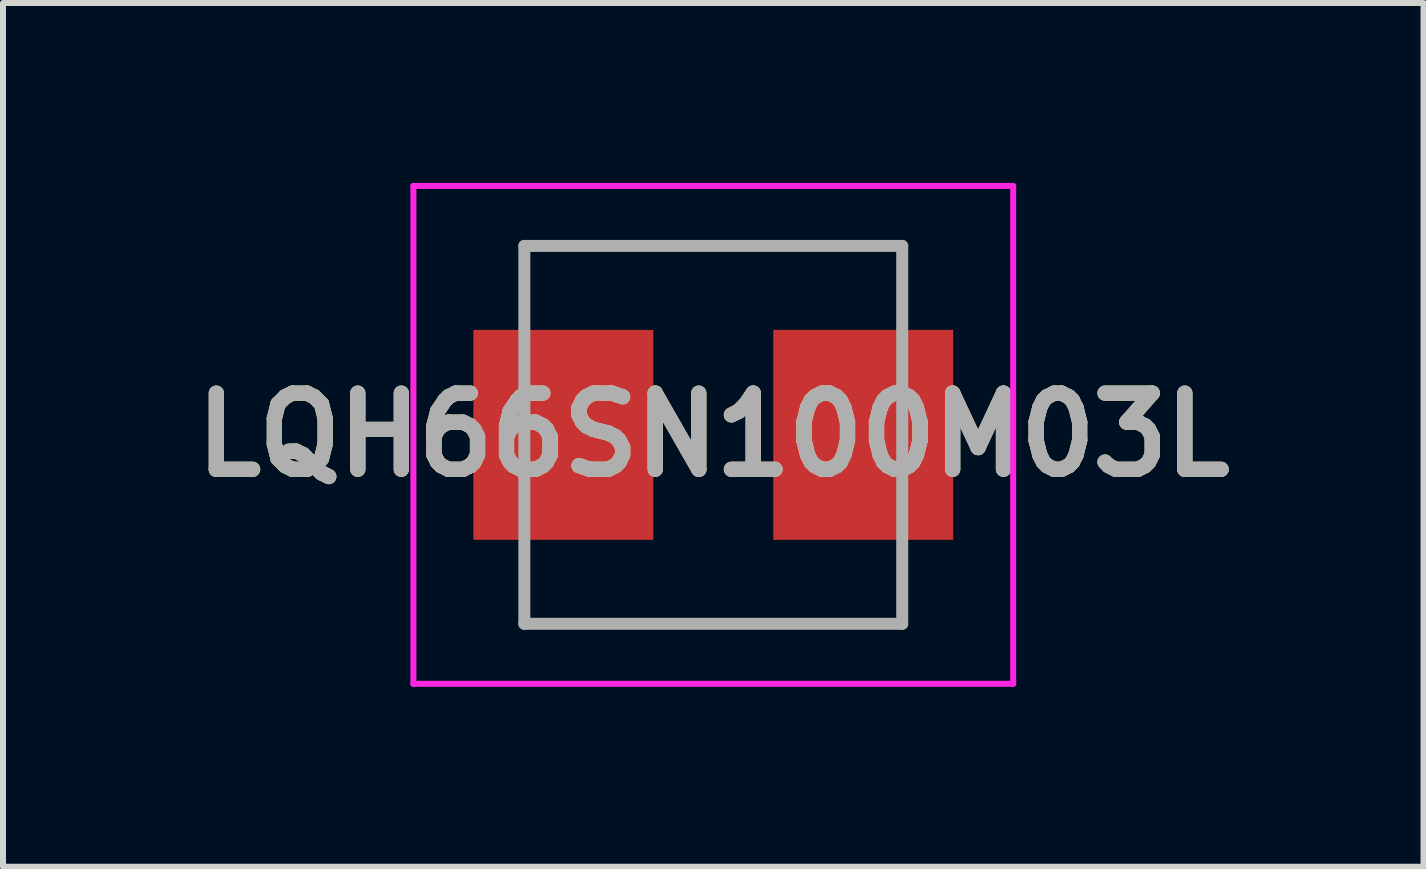
<source format=kicad_pcb>
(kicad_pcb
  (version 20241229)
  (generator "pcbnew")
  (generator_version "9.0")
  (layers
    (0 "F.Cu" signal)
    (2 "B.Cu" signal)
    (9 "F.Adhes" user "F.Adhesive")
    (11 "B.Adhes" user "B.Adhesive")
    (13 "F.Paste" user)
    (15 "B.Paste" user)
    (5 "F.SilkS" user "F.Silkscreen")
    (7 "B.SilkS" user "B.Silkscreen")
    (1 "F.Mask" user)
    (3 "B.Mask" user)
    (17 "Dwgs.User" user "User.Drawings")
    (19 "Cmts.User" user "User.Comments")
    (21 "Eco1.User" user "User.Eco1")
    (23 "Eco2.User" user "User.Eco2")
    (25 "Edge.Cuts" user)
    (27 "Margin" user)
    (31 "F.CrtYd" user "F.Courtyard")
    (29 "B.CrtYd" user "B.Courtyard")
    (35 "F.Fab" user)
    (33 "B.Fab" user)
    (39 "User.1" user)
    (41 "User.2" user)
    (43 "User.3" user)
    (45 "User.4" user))
  (footprint "LQH66SN100M03L"
    (layer "F.Cu")
    (at 8.842 4.2)
    (property "Reference" "LQH66SN100M03L" (at 0 0 0) (layer "F.SilkS") (effects (font (size 1.27 1.27) (thickness 0.254))))
    (attr smd)
    (fp_line (start -3.15 -3.15) (end 3.15 -3.15) (stroke (width 0.1) (type solid)) (layer "F.SilkS"))
    (fp_line (start -3.15 3.15) (end 3.15 3.15) (stroke (width 0.1) (type solid)) (layer "F.SilkS"))
    (fp_line (start -5 -4.15) (end 5 -4.15) (stroke (width 0.1) (type solid)) (layer "F.CrtYd"))
    (fp_line (start -5 4.15) (end -5 -4.15) (stroke (width 0.1) (type solid)) (layer "F.CrtYd"))
    (fp_line (start 5 -4.15) (end 5 4.15) (stroke (width 0.1) (type solid)) (layer "F.CrtYd"))
    (fp_line (start 5 4.15) (end -5 4.15) (stroke (width 0.1) (type solid)) (layer "F.CrtYd"))
    (fp_line (start -3.15 -3.15) (end 3.15 -3.15) (stroke (width 0.2) (type solid)) (layer "F.Fab"))
    (fp_line (start -3.15 3.15) (end -3.15 -3.15) (stroke (width 0.2) (type solid)) (layer "F.Fab"))
    (fp_line (start 3.15 -3.15) (end 3.15 3.15) (stroke (width 0.2) (type solid)) (layer "F.Fab"))
    (fp_line (start 3.15 3.15) (end -3.15 3.15) (stroke (width 0.2) (type solid)) (layer "F.Fab"))
    (fp_text user "${REFERENCE}" (at 0 0 0) (layer "F.Fab") (effects (font (size 1.27 1.27) (thickness 0.254))))
    (pad "1" smd rect (at -2.5 0) (size 3 3.5) (layers "F.Cu" "F.Mask" "F.Paste"))
    (pad "2" smd rect (at 2.5 0) (size 3 3.5) (layers "F.Cu" "F.Mask" "F.Paste")))
  (gr_rect
    (start -3 -3)
    (end 20.683 11.4)
    (stroke (width 0.1) (type default))
    (fill no)
    (layer "Edge.Cuts")))
</source>
